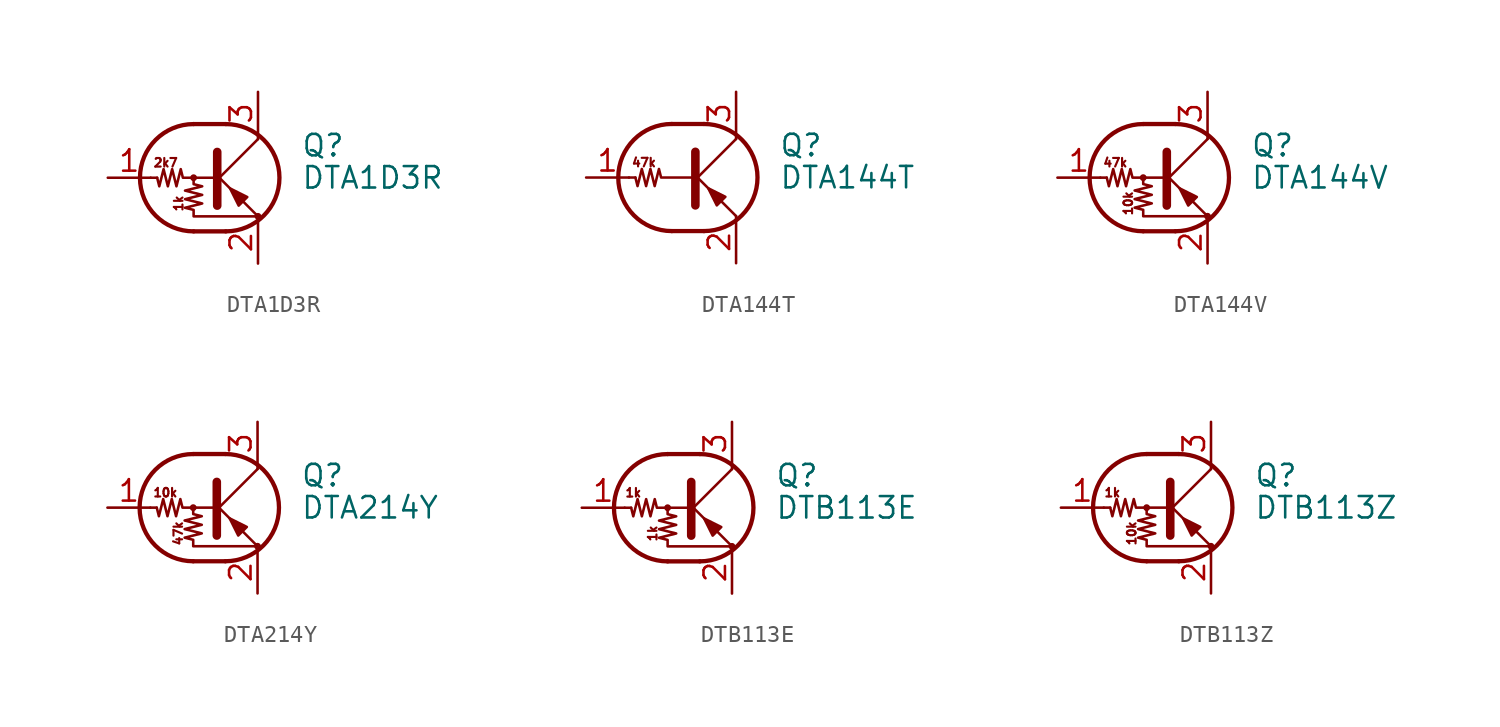
<source format=kicad_sym>
(kicad_symbol_lib
  (version 20201005)
  (generator kicad_symbol_editor)
  (symbol "DTA1D3R"
    (pin_names
      (offset 0) hide)
    (property "Reference" "Q"
      (at 5.08 1.905 0)
      (effects (font (size 1.27 1.27)) (justify left)))
    (property "Value" "DTA1D3R"
      (at 5.08 0 0)
      (effects (font (size 1.27 1.27)) (justify left)))
    (symbol "DTA1D3R_0_0"
      (text "1k" (at -2.159 -1.524 900) (effects (font (size 0.508 0.508))))
      (text "2k7" (at -2.921 0.889 0) (effects (font (size 0.508 0.508)))))
    (symbol "DTA1D3R_0_1"
      (arc (start -1.27 3.175) (end -1.27 -3.175) (radius (at -1.27 0) (length 3.175) (angles 90.1 -90.1)) (stroke (width 0.254)) (fill (type none)))
      (arc (start 0.635 -3.175) (end 0.635 3.175) (radius (at 0.635 0) (length 3.175) (angles -89.9 89.9)) (stroke (width 0.254)) (fill (type none)))
      (circle (center -1.27 0) (radius 0.127) (stroke (width 0)) (fill (type none)))
      (circle (center 2.54 -2.286) (radius 0.127) (stroke (width 0)) (fill (type none)))
      (polyline (pts (xy -3.429 0) (xy -3.81 0)) (stroke (width 0)) (fill (type none)))
      (polyline (pts (xy -1.27 -3.175) (xy 0.635 -3.175)) (stroke (width 0.254)) (fill (type none)))
      (polyline (pts (xy -1.27 3.175) (xy 0.635 3.175)) (stroke (width 0.254)) (fill (type none)))
      (polyline (pts (xy 0 -0.254) (xy 2.54 2.286)) (stroke (width 0)) (fill (type none)))
      (polyline (pts (xy 0.127 1.524) (xy 0.127 -1.651)) (stroke (width 0.508)) (fill (type outline)))
      (polyline (pts (xy 2.54 2.286) (xy 2.54 2.54)) (stroke (width 0)) (fill (type none)))
      (polyline (pts (xy 2.54 -2.286) (xy 0 0.254) (xy 0 0.254)) (stroke (width 0)) (fill (type none)))
      (polyline (pts (xy 1.397 -1.651) (xy 1.905 -1.143) (xy 0.889 -0.635) (xy 1.397 -1.651)) (stroke (width 0)) (fill (type outline)))
      (polyline (pts (xy 0 0) (xy -1.905 0) (xy -2.032 0.508) (xy -2.286 -0.508) (xy -2.54 0.508) (xy -2.794 -0.508) (xy -3.048 0.508) (xy -3.302 -0.508) (xy -3.429 0)) (stroke (width 0)) (fill (type none)))
      (polyline (pts (xy -1.27 0) (xy -1.27 -0.381) (xy -0.762 -0.508) (xy -1.778 -0.762) (xy -0.762 -1.016) (xy -1.778 -1.27) (xy -0.762 -1.524) (xy -1.778 -1.778) (xy -1.27 -1.905) (xy -1.27 -2.286) (xy 2.54 -2.286)) (stroke (width 0)) (fill (type none))))
    (symbol "DTA1D3R_1_1"
      (pin input line (at -6.35 0 0) (length 2.54) (name "B" (effects (font (size 1.27 1.27)))) (number "1" (effects (font (size 1.27 1.27)))))
      (pin passive line (at 2.54 -5.08 90) (length 2.54) (name "E" (effects (font (size 1.27 1.27)))) (number "2" (effects (font (size 1.27 1.27)))))
      (pin passive line (at 2.54 5.08 270) (length 2.54) (name "C" (effects (font (size 1.27 1.27)))) (number "3" (effects (font (size 1.27 1.27)))))))
  (symbol "DTA144T"
    (pin_names
      (offset 0) hide)
    (property "Reference" "Q"
      (at 5.08 1.905 0)
      (effects (font (size 1.27 1.27)) (justify left)))
    (property "Value" "DTA144T"
      (at 5.08 0 0)
      (effects (font (size 1.27 1.27)) (justify left)))
    (symbol "DTA144T_0_0"
      (text "47k" (at -2.921 0.889 0) (effects (font (size 0.508 0.508))))
      (polyline (pts (xy 2.54 -2.286) (xy 2.54 -2.54)) (stroke (width 0)) (fill (type none))))
    (symbol "DTA144T_0_1"
      (arc (start -1.27 3.175) (end -1.27 -3.175) (radius (at -1.27 0) (length 3.175) (angles 90.1 -90.1)) (stroke (width 0.254)) (fill (type none)))
      (arc (start 0.635 -3.175) (end 0.635 3.175) (radius (at 0.635 0) (length 3.175) (angles -89.9 89.9)) (stroke (width 0.254)) (fill (type none)))
      (polyline (pts (xy -3.429 0) (xy -3.81 0)) (stroke (width 0)) (fill (type none)))
      (polyline (pts (xy -1.27 -3.175) (xy 0.635 -3.175)) (stroke (width 0.254)) (fill (type none)))
      (polyline (pts (xy -1.27 3.175) (xy 0.635 3.175)) (stroke (width 0.254)) (fill (type none)))
      (polyline (pts (xy 0 -0.254) (xy 2.54 2.286)) (stroke (width 0)) (fill (type none)))
      (polyline (pts (xy 0.127 1.524) (xy 0.127 -1.651)) (stroke (width 0.508)) (fill (type outline)))
      (polyline (pts (xy 2.54 2.286) (xy 2.54 2.54)) (stroke (width 0)) (fill (type none)))
      (polyline (pts (xy 2.54 -2.286) (xy 0 0.254) (xy 0 0.254)) (stroke (width 0)) (fill (type none)))
      (polyline (pts (xy 1.397 -1.651) (xy 1.905 -1.143) (xy 0.889 -0.635) (xy 1.397 -1.651)) (stroke (width 0)) (fill (type outline)))
      (polyline (pts (xy 0 0) (xy -1.905 0) (xy -2.032 0.508) (xy -2.286 -0.508) (xy -2.54 0.508) (xy -2.794 -0.508) (xy -3.048 0.508) (xy -3.302 -0.508) (xy -3.429 0)) (stroke (width 0)) (fill (type none))))
    (symbol "DTA144T_1_1"
      (pin input line (at -6.35 0 0) (length 2.54) (name "B" (effects (font (size 1.27 1.27)))) (number "1" (effects (font (size 1.27 1.27)))))
      (pin passive line (at 2.54 -5.08 90) (length 2.54) (name "E" (effects (font (size 1.27 1.27)))) (number "2" (effects (font (size 1.27 1.27)))))
      (pin passive line (at 2.54 5.08 270) (length 2.54) (name "C" (effects (font (size 1.27 1.27)))) (number "3" (effects (font (size 1.27 1.27)))))))
  (symbol "DTA144V"
    (pin_names
      (offset 0) hide)
    (property "Reference" "Q"
      (at 5.08 1.905 0)
      (effects (font (size 1.27 1.27)) (justify left)))
    (property "Value" "DTA144V"
      (at 5.08 0 0)
      (effects (font (size 1.27 1.27)) (justify left)))
    (symbol "DTA144V_0_0"
      (text "10k" (at -2.159 -1.524 900) (effects (font (size 0.508 0.508))))
      (text "47k" (at -2.921 0.889 0) (effects (font (size 0.508 0.508)))))
    (symbol "DTA144V_0_1"
      (arc (start -1.27 3.175) (end -1.27 -3.175) (radius (at -1.27 0) (length 3.175) (angles 90.1 -90.1)) (stroke (width 0.254)) (fill (type none)))
      (arc (start 0.635 -3.175) (end 0.635 3.175) (radius (at 0.635 0) (length 3.175) (angles -89.9 89.9)) (stroke (width 0.254)) (fill (type none)))
      (circle (center -1.27 0) (radius 0.127) (stroke (width 0)) (fill (type none)))
      (circle (center 2.54 -2.286) (radius 0.127) (stroke (width 0)) (fill (type none)))
      (polyline (pts (xy -3.429 0) (xy -3.81 0)) (stroke (width 0)) (fill (type none)))
      (polyline (pts (xy -1.27 -3.175) (xy 0.635 -3.175)) (stroke (width 0.254)) (fill (type none)))
      (polyline (pts (xy -1.27 3.175) (xy 0.635 3.175)) (stroke (width 0.254)) (fill (type none)))
      (polyline (pts (xy 0 -0.254) (xy 2.54 2.286)) (stroke (width 0)) (fill (type none)))
      (polyline (pts (xy 0.127 1.524) (xy 0.127 -1.651)) (stroke (width 0.508)) (fill (type outline)))
      (polyline (pts (xy 2.54 2.286) (xy 2.54 2.54)) (stroke (width 0)) (fill (type none)))
      (polyline (pts (xy 2.54 -2.286) (xy 0 0.254) (xy 0 0.254)) (stroke (width 0)) (fill (type none)))
      (polyline (pts (xy 1.397 -1.651) (xy 1.905 -1.143) (xy 0.889 -0.635) (xy 1.397 -1.651)) (stroke (width 0)) (fill (type outline)))
      (polyline (pts (xy 0 0) (xy -1.905 0) (xy -2.032 0.508) (xy -2.286 -0.508) (xy -2.54 0.508) (xy -2.794 -0.508) (xy -3.048 0.508) (xy -3.302 -0.508) (xy -3.429 0)) (stroke (width 0)) (fill (type none)))
      (polyline (pts (xy -1.27 0) (xy -1.27 -0.381) (xy -0.762 -0.508) (xy -1.778 -0.762) (xy -0.762 -1.016) (xy -1.778 -1.27) (xy -0.762 -1.524) (xy -1.778 -1.778) (xy -1.27 -1.905) (xy -1.27 -2.286) (xy 2.54 -2.286)) (stroke (width 0)) (fill (type none))))
    (symbol "DTA144V_1_1"
      (pin input line (at -6.35 0 0) (length 2.54) (name "B" (effects (font (size 1.27 1.27)))) (number "1" (effects (font (size 1.27 1.27)))))
      (pin passive line (at 2.54 -5.08 90) (length 2.54) (name "E" (effects (font (size 1.27 1.27)))) (number "2" (effects (font (size 1.27 1.27)))))
      (pin passive line (at 2.54 5.08 270) (length 2.54) (name "C" (effects (font (size 1.27 1.27)))) (number "3" (effects (font (size 1.27 1.27)))))))
  (symbol "DTA214Y"
    (pin_names
      (offset 0) hide)
    (property "Reference" "Q"
      (at 5.08 1.905 0)
      (effects (font (size 1.27 1.27)) (justify left)))
    (property "Value" "DTA214Y"
      (at 5.08 0 0)
      (effects (font (size 1.27 1.27)) (justify left)))
    (symbol "DTA214Y_0_0"
      (text "10k" (at -2.921 0.889 0) (effects (font (size 0.508 0.508))))
      (text "47k" (at -2.159 -1.524 900) (effects (font (size 0.508 0.508)))))
    (symbol "DTA214Y_0_1"
      (arc (start -1.27 3.175) (end -1.27 -3.175) (radius (at -1.27 0) (length 3.175) (angles 90.1 -90.1)) (stroke (width 0.254)) (fill (type none)))
      (arc (start 0.635 -3.175) (end 0.635 3.175) (radius (at 0.635 0) (length 3.175) (angles -89.9 89.9)) (stroke (width 0.254)) (fill (type none)))
      (circle (center -1.27 0) (radius 0.127) (stroke (width 0)) (fill (type none)))
      (circle (center 2.54 -2.286) (radius 0.127) (stroke (width 0)) (fill (type none)))
      (polyline (pts (xy -3.429 0) (xy -3.81 0)) (stroke (width 0)) (fill (type none)))
      (polyline (pts (xy -1.27 -3.175) (xy 0.635 -3.175)) (stroke (width 0.254)) (fill (type none)))
      (polyline (pts (xy -1.27 3.175) (xy 0.635 3.175)) (stroke (width 0.254)) (fill (type none)))
      (polyline (pts (xy 0 -0.254) (xy 2.54 2.286)) (stroke (width 0)) (fill (type none)))
      (polyline (pts (xy 0.127 1.524) (xy 0.127 -1.651)) (stroke (width 0.508)) (fill (type outline)))
      (polyline (pts (xy 2.54 2.286) (xy 2.54 2.54)) (stroke (width 0)) (fill (type none)))
      (polyline (pts (xy 2.54 -2.286) (xy 0 0.254) (xy 0 0.254)) (stroke (width 0)) (fill (type none)))
      (polyline (pts (xy 1.397 -1.651) (xy 1.905 -1.143) (xy 0.889 -0.635) (xy 1.397 -1.651)) (stroke (width 0)) (fill (type outline)))
      (polyline (pts (xy 0 0) (xy -1.905 0) (xy -2.032 0.508) (xy -2.286 -0.508) (xy -2.54 0.508) (xy -2.794 -0.508) (xy -3.048 0.508) (xy -3.302 -0.508) (xy -3.429 0)) (stroke (width 0)) (fill (type none)))
      (polyline (pts (xy -1.27 0) (xy -1.27 -0.381) (xy -0.762 -0.508) (xy -1.778 -0.762) (xy -0.762 -1.016) (xy -1.778 -1.27) (xy -0.762 -1.524) (xy -1.778 -1.778) (xy -1.27 -1.905) (xy -1.27 -2.286) (xy 2.54 -2.286)) (stroke (width 0)) (fill (type none))))
    (symbol "DTA214Y_1_1"
      (pin input line (at -6.35 0 0) (length 2.54) (name "B" (effects (font (size 1.27 1.27)))) (number "1" (effects (font (size 1.27 1.27)))))
      (pin passive line (at 2.54 -5.08 90) (length 2.54) (name "E" (effects (font (size 1.27 1.27)))) (number "2" (effects (font (size 1.27 1.27)))))
      (pin passive line (at 2.54 5.08 270) (length 2.54) (name "C" (effects (font (size 1.27 1.27)))) (number "3" (effects (font (size 1.27 1.27)))))))
  (symbol "DTB113E"
    (pin_names
      (offset 0) hide)
    (property "Reference" "Q"
      (at 5.08 1.905 0)
      (effects (font (size 1.27 1.27)) (justify left)))
    (property "Value" "DTB113E"
      (at 5.08 0 0)
      (effects (font (size 1.27 1.27)) (justify left)))
    (symbol "DTB113E_0_0"
      (text "1k" (at -3.302 0.889 0) (effects (font (size 0.508 0.508))))
      (text "1k" (at -2.159 -1.524 900) (effects (font (size 0.508 0.508)))))
    (symbol "DTB113E_0_1"
      (arc (start -1.27 3.175) (end -1.27 -3.175) (radius (at -1.27 0) (length 3.175) (angles 90.1 -90.1)) (stroke (width 0.254)) (fill (type none)))
      (arc (start 0.635 -3.175) (end 0.635 3.175) (radius (at 0.635 0) (length 3.175) (angles -89.9 89.9)) (stroke (width 0.254)) (fill (type none)))
      (circle (center -1.27 0) (radius 0.127) (stroke (width 0)) (fill (type none)))
      (circle (center 2.54 -2.286) (radius 0.127) (stroke (width 0)) (fill (type none)))
      (polyline (pts (xy -3.429 0) (xy -3.81 0)) (stroke (width 0)) (fill (type none)))
      (polyline (pts (xy -1.27 -3.175) (xy 0.635 -3.175)) (stroke (width 0.254)) (fill (type none)))
      (polyline (pts (xy -1.27 3.175) (xy 0.635 3.175)) (stroke (width 0.254)) (fill (type none)))
      (polyline (pts (xy 0 -0.254) (xy 2.54 2.286)) (stroke (width 0)) (fill (type none)))
      (polyline (pts (xy 0.127 1.524) (xy 0.127 -1.651)) (stroke (width 0.508)) (fill (type outline)))
      (polyline (pts (xy 2.54 2.286) (xy 2.54 2.54)) (stroke (width 0)) (fill (type none)))
      (polyline (pts (xy 2.54 -2.286) (xy 0 0.254) (xy 0 0.254)) (stroke (width 0)) (fill (type none)))
      (polyline (pts (xy 1.397 -1.651) (xy 1.905 -1.143) (xy 0.889 -0.635) (xy 1.397 -1.651)) (stroke (width 0)) (fill (type outline)))
      (polyline (pts (xy 0 0) (xy -1.905 0) (xy -2.032 0.508) (xy -2.286 -0.508) (xy -2.54 0.508) (xy -2.794 -0.508) (xy -3.048 0.508) (xy -3.302 -0.508) (xy -3.429 0)) (stroke (width 0)) (fill (type none)))
      (polyline (pts (xy -1.27 0) (xy -1.27 -0.381) (xy -0.762 -0.508) (xy -1.778 -0.762) (xy -0.762 -1.016) (xy -1.778 -1.27) (xy -0.762 -1.524) (xy -1.778 -1.778) (xy -1.27 -1.905) (xy -1.27 -2.286) (xy 2.54 -2.286)) (stroke (width 0)) (fill (type none))))
    (symbol "DTB113E_1_1"
      (pin input line (at -6.35 0 0) (length 2.54) (name "B" (effects (font (size 1.27 1.27)))) (number "1" (effects (font (size 1.27 1.27)))))
      (pin passive line (at 2.54 -5.08 90) (length 2.54) (name "E" (effects (font (size 1.27 1.27)))) (number "2" (effects (font (size 1.27 1.27)))))
      (pin passive line (at 2.54 5.08 270) (length 2.54) (name "C" (effects (font (size 1.27 1.27)))) (number "3" (effects (font (size 1.27 1.27)))))))
  (symbol "DTB113Z"
    (pin_names
      (offset 0) hide)
    (property "Reference" "Q"
      (at 5.08 1.905 0)
      (effects (font (size 1.27 1.27)) (justify left)))
    (property "Value" "DTB113Z"
      (at 5.08 0 0)
      (effects (font (size 1.27 1.27)) (justify left)))
    (symbol "DTB113Z_0_0"
      (text "10k" (at -2.159 -1.524 900) (effects (font (size 0.508 0.508))))
      (text "1k" (at -3.302 0.889 0) (effects (font (size 0.508 0.508)))))
    (symbol "DTB113Z_0_1"
      (arc (start -1.27 3.175) (end -1.27 -3.175) (radius (at -1.27 0) (length 3.175) (angles 90.1 -90.1)) (stroke (width 0.254)) (fill (type none)))
      (arc (start 0.635 -3.175) (end 0.635 3.175) (radius (at 0.635 0) (length 3.175) (angles -89.9 89.9)) (stroke (width 0.254)) (fill (type none)))
      (circle (center -1.27 0) (radius 0.127) (stroke (width 0)) (fill (type none)))
      (circle (center 2.54 -2.286) (radius 0.127) (stroke (width 0)) (fill (type none)))
      (polyline (pts (xy -3.429 0) (xy -3.81 0)) (stroke (width 0)) (fill (type none)))
      (polyline (pts (xy -1.27 -3.175) (xy 0.635 -3.175)) (stroke (width 0.254)) (fill (type none)))
      (polyline (pts (xy -1.27 3.175) (xy 0.635 3.175)) (stroke (width 0.254)) (fill (type none)))
      (polyline (pts (xy 0 -0.254) (xy 2.54 2.286)) (stroke (width 0)) (fill (type none)))
      (polyline (pts (xy 0.127 1.524) (xy 0.127 -1.651)) (stroke (width 0.508)) (fill (type outline)))
      (polyline (pts (xy 2.54 2.286) (xy 2.54 2.54)) (stroke (width 0)) (fill (type none)))
      (polyline (pts (xy 2.54 -2.286) (xy 0 0.254) (xy 0 0.254)) (stroke (width 0)) (fill (type none)))
      (polyline (pts (xy 1.397 -1.651) (xy 1.905 -1.143) (xy 0.889 -0.635) (xy 1.397 -1.651)) (stroke (width 0)) (fill (type outline)))
      (polyline (pts (xy 0 0) (xy -1.905 0) (xy -2.032 0.508) (xy -2.286 -0.508) (xy -2.54 0.508) (xy -2.794 -0.508) (xy -3.048 0.508) (xy -3.302 -0.508) (xy -3.429 0)) (stroke (width 0)) (fill (type none)))
      (polyline (pts (xy -1.27 0) (xy -1.27 -0.381) (xy -0.762 -0.508) (xy -1.778 -0.762) (xy -0.762 -1.016) (xy -1.778 -1.27) (xy -0.762 -1.524) (xy -1.778 -1.778) (xy -1.27 -1.905) (xy -1.27 -2.286) (xy 2.54 -2.286)) (stroke (width 0)) (fill (type none))))
    (symbol "DTB113Z_1_1"
      (pin input line (at -6.35 0 0) (length 2.54) (name "B" (effects (font (size 1.27 1.27)))) (number "1" (effects (font (size 1.27 1.27)))))
      (pin passive line (at 2.54 -5.08 90) (length 2.54) (name "E" (effects (font (size 1.27 1.27)))) (number "2" (effects (font (size 1.27 1.27)))))
      (pin passive line (at 2.54 5.08 270) (length 2.54) (name "C" (effects (font (size 1.27 1.27)))) (number "3" (effects (font (size 1.27 1.27))))))))
</source>
